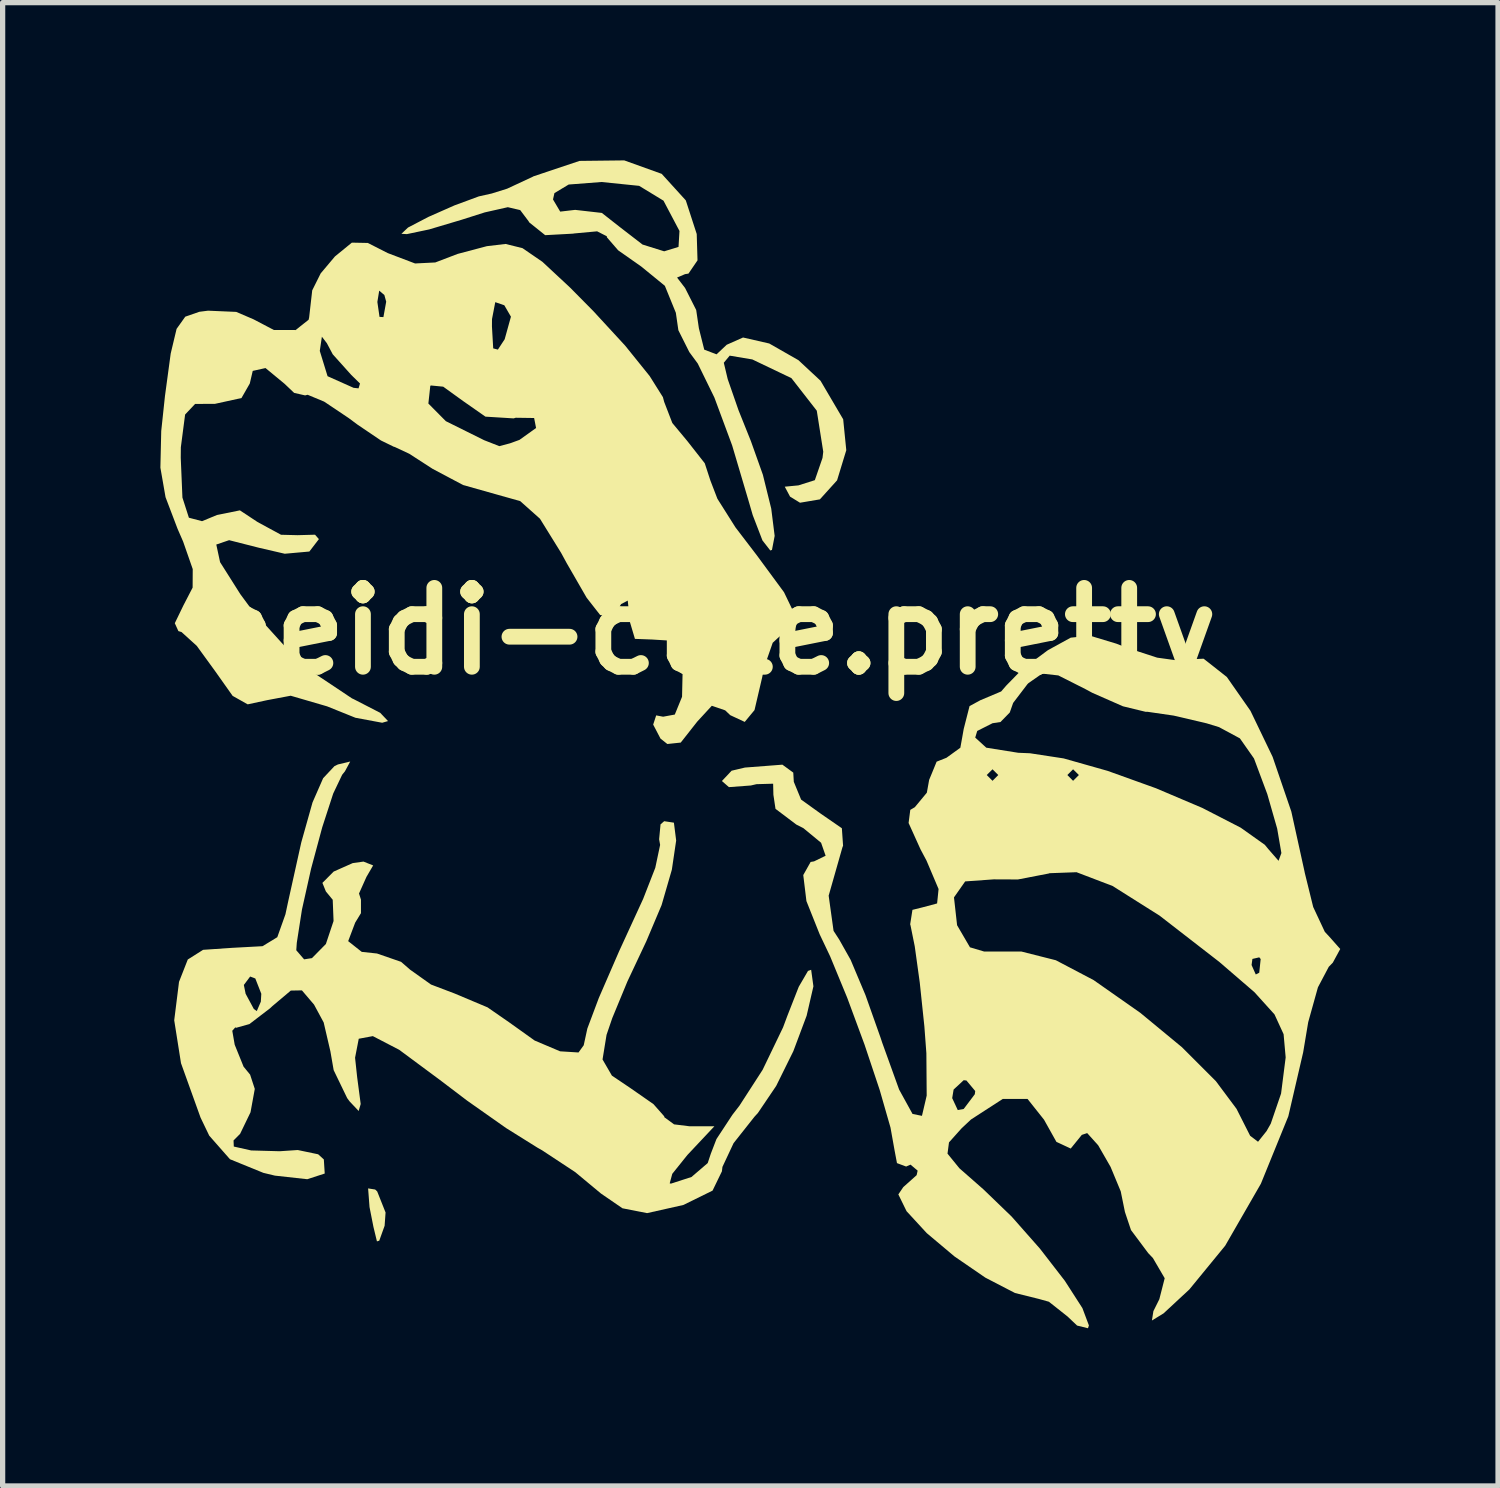
<source format=kicad_pcb>
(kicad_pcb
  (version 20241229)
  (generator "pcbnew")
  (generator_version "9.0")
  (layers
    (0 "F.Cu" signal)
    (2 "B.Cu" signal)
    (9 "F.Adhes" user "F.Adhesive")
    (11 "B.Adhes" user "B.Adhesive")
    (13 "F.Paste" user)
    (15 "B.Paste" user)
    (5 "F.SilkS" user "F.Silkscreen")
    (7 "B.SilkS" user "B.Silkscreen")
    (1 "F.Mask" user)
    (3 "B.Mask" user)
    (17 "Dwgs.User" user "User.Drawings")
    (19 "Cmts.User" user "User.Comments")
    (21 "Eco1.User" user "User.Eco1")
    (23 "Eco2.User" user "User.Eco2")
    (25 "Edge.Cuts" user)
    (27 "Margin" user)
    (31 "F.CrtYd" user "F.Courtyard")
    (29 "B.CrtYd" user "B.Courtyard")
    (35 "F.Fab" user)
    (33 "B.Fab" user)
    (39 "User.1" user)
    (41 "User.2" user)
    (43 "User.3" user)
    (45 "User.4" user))
  (footprint "heidi-cute.pretty"
    (layer "F.Cu")
    (at 10.459 8.951)
    (property "Reference" "heidi-cute.pretty" (at 0 0 0) (layer "F.SilkS") (effects (font (size 1.5 1.5) (thickness 0.3))))
    (attr board_only exclude_from_pos_files exclude_from_bom)
    (fp_poly (pts (xy -6.375 10.619) (xy -6.336 10.656) (xy -6.177 11.056) (xy -6.195 11.308) (xy -6.297 11.592) (xy -6.341 11.605) (xy -6.408 11.328) (xy -6.482 10.953) (xy -6.509 10.598)) (stroke (width 0) (type solid)) (fill yes) (layer "F.SilkS"))
    (fp_poly (pts (xy -0.926 -8.695) (xy -0.469 -8.192) (xy -0.465 -8.182) (xy -0.26 -7.551) (xy -0.245 -7.05) (xy -0.417 -6.798) (xy -0.482 -6.788) (xy -0.634 -6.723) (xy -0.482 -6.525) (xy -0.27 -6.106) (xy -0.219 -5.759) (xy -0.117 -5.352) (xy 0.117 -5.263) (xy 0.31 -5.445) (xy 0.621 -5.583) (xy 1.119 -5.469) (xy 1.674 -5.152) (xy 2.094 -4.761) (xy 2.525 -4.028) (xy 2.584 -3.44) (xy 2.409 -2.867) (xy 2.082 -2.505) (xy 1.704 -2.441) (xy 1.515 -2.557) (xy 1.414 -2.746) (xy 1.674 -2.771) (xy 1.986 -2.87) (xy 2.132 -3.293) (xy 2.146 -3.411) (xy 2.023 -4.191) (xy 1.541 -4.81) (xy 0.797 -5.166) (xy 0.367 -5.238) (xy 0.255 -5.103) (xy 0.329 -4.792) (xy 0.534 -4.202) (xy 0.77 -3.613) (xy 0.998 -2.973) (xy 1.157 -2.329) (xy 1.222 -1.81) (xy 1.171 -1.544) (xy 1.139 -1.533) (xy 0.99 -1.724) (xy 0.805 -2.205) (xy 0.73 -2.463) (xy 0.414 -3.53) (xy 0.076 -4.441) (xy -0.241 -5.089) (xy -0.401 -5.306) (xy -0.609 -5.721) (xy -0.657 -6.053) (xy -0.866 -6.566) (xy -1.314 -6.932) (xy -1.754 -7.241) (xy -1.967 -7.487) (xy -1.971 -7.509) (xy -2.154 -7.602) (xy -2.597 -7.561) (xy -2.609 -7.558) (xy -3.142 -7.529) (xy -3.445 -7.772) (xy -3.458 -7.795) (xy -3.617 -8.006) (xy -3.852 -8.061) (xy -4.291 -7.962) (xy -4.731 -7.822) (xy -5.349 -7.638) (xy -5.772 -7.549) (xy -5.876 -7.555) (xy -5.75 -7.674) (xy -5.363 -7.876) (xy -4.865 -8.096) (xy -4.561 -8.208) (xy -2.993 -8.208) (xy -2.856 -7.977) (xy -2.572 -8.01) (xy -2.064 -7.952) (xy -1.724 -7.685) (xy -1.291 -7.351) (xy -0.879 -7.222) (xy -0.606 -7.306) (xy -0.588 -7.609) (xy -0.892 -8.185) (xy -1.355 -8.467) (xy -2.07 -8.54) (xy -2.695 -8.492) (xy -2.966 -8.329) (xy -2.993 -8.208) (xy -4.561 -8.208) (xy -4.405 -8.266) (xy -4.159 -8.321) (xy -3.865 -8.413) (xy -3.384 -8.637) (xy -3.364 -8.648) (xy -2.49 -8.941) (xy -1.638 -8.951)) (stroke (width 0) (type solid)) (fill yes) (layer "F.SilkS"))
    (fp_poly (pts (xy -6.95 2.667) (xy -7.003 2.733) (xy -7.173 3.09) (xy -7.382 3.733) (xy -7.593 4.517) (xy -7.767 5.296) (xy -7.865 5.926) (xy -7.875 6.069) (xy -7.726 6.242) (xy -7.577 6.219) (xy -7.312 5.95) (xy -7.166 5.513) (xy -7.182 5.109) (xy -7.312 4.951) (xy -7.378 4.788) (xy -7.164 4.573) (xy -6.802 4.412) (xy -6.597 4.383) (xy -6.413 4.456) (xy -6.54 4.673) (xy -6.682 4.99) (xy -6.645 5.106) (xy -6.645 5.364) (xy -6.755 5.544) (xy -6.888 5.896) (xy -6.63 6.1) (xy -6.34 6.131) (xy -5.883 6.289) (xy -5.711 6.438) (xy -5.313 6.721) (xy -4.863 6.892) (xy -4.238 7.155) (xy -3.832 7.436) (xy -3.342 7.786) (xy -2.858 7.991) (xy -2.508 8.013) (xy -2.409 7.876) (xy -2.34 7.558) (xy -2.122 6.977) (xy -1.736 6.088) (xy -1.279 5.093) (xy -1.048 4.501) (xy -0.956 4.066) (xy -0.975 3.959) (xy -0.948 3.675) (xy -0.879 3.615) (xy -0.694 3.643) (xy -0.651 3.982) (xy -0.733 4.537) (xy -0.928 5.21) (xy -1.221 5.904) (xy -1.225 5.912) (xy -1.578 6.662) (xy -1.866 7.359) (xy -1.975 7.678) (xy -2.051 8.146) (xy -1.873 8.453) (xy -1.517 8.693) (xy -1.083 8.995) (xy -0.878 9.227) (xy -0.876 9.244) (xy -0.691 9.38) (xy -0.4 9.416) (xy 0.076 9.416) (xy -0.438 9.963) (xy -0.725 10.321) (xy -0.774 10.502) (xy -0.75 10.507) (xy -0.36 10.381) (xy -0.051 10.116) (xy 0.008 9.938) (xy 0.115 9.66) (xy 0.418 9.199) (xy 0.553 9.024) (xy 0.993 8.343) (xy 1.382 7.535) (xy 1.464 7.315) (xy 1.68 6.764) (xy 1.856 6.462) (xy 1.916 6.441) (xy 1.959 6.755) (xy 1.83 7.314) (xy 1.577 7.989) (xy 1.251 8.649) (xy 0.903 9.164) (xy 0.839 9.234) (xy 0.441 9.737) (xy 0.229 10.189) (xy 0.219 10.273) (xy 0.041 10.64) (xy -0.514 10.913) (xy -1.204 11.068) (xy -1.672 10.976) (xy -2.08 10.696) (xy -2.571 10.288) (xy -3.199 9.874) (xy -3.284 9.826) (xy -3.884 9.451) (xy -4.627 8.928) (xy -5.146 8.534) (xy -5.918 7.962) (xy -6.419 7.702) (xy -6.687 7.752) (xy -6.757 8.113) (xy -6.717 8.485) (xy -6.65 8.993) (xy -6.689 9.126) (xy -6.862 8.942) (xy -6.907 8.881) (xy -7.164 8.349) (xy -7.226 7.992) (xy -7.354 7.442) (xy -7.537 7.103) (xy -7.768 6.832) (xy -7.979 6.836) (xy -8.328 7.13) (xy -8.374 7.173) (xy -8.766 7.473) (xy -9.02 7.544) (xy -9.034 7.535) (xy -9.092 7.6) (xy -9.046 7.865) (xy -8.877 8.283) (xy -8.753 8.434) (xy -8.664 8.706) (xy -8.745 9.15) (xy -8.943 9.56) (xy -9.068 9.686) (xy -9.063 9.802) (xy -8.733 9.876) (xy -8.19 9.891) (xy -7.847 9.868) (xy -7.459 9.949) (xy -7.351 10.047) (xy -7.334 10.315) (xy -7.666 10.423) (xy -8.281 10.355) (xy -8.501 10.302) (xy -9.136 10.043) (xy -9.53 9.595) (xy -9.695 9.252) (xy -10.067 8.217) (xy -10.196 7.401) (xy -10.112 6.729) (xy -8.872 6.729) (xy -8.838 6.897) (xy -8.682 7.186) (xy -8.626 7.226) (xy -8.549 7.047) (xy -8.54 6.897) (xy -8.654 6.606) (xy -8.752 6.569) (xy -8.872 6.729) (xy -10.112 6.729) (xy -10.105 6.671) (xy -10.104 6.668) (xy -9.938 6.245) (xy -9.647 6.061) (xy -9.076 6.022) (xy -9.071 6.022) (xy -8.517 5.992) (xy -8.236 5.821) (xy -8.081 5.385) (xy -8.03 5.146) (xy -7.78 4.019) (xy -7.566 3.258) (xy -7.364 2.797) (xy -7.149 2.568) (xy -7.083 2.536) (xy -6.849 2.48)) (stroke (width 0) (type solid)) (fill yes) (layer "F.SilkS"))
    (fp_poly (pts (xy -6.514 -7.381) (xy -6.135 -7.188) (xy -5.616 -6.991) (xy -5.232 -7.01) (xy -4.805 -7.173) (xy -4.25 -7.32) (xy -3.895 -7.362) (xy -3.573 -7.282) (xy -3.194 -7.022) (xy -2.665 -6.529) (xy -2.227 -6.086) (xy -1.62 -5.427) (xy -1.155 -4.85) (xy -0.903 -4.449) (xy -0.879 -4.359) (xy -0.724 -3.957) (xy -0.438 -3.613) (xy -0.107 -3.191) (xy 0 -2.863) (xy 0.133 -2.517) (xy 0.477 -1.972) (xy 0.883 -1.441) (xy 1.4 -0.739) (xy 1.644 -0.232) (xy 1.603 0.04) (xy 1.359 0.061) (xy 1.185 0.222) (xy 1.024 0.683) (xy 0.984 0.882) (xy 0.839 1.502) (xy 0.653 1.727) (xy 0.378 1.599) (xy 0.281 1.507) (xy 0.027 1.42) (xy -0.252 1.723) (xy -0.254 1.726) (xy -0.564 2.12) (xy -0.819 2.147) (xy -0.949 2.044) (xy -1.088 1.778) (xy -1.031 1.603) (xy -0.899 1.628) (xy -0.677 1.587) (xy -0.539 1.249) (xy -0.528 0.751) (xy -0.565 0.555) (xy -0.772 0.181) (xy -1.112 0.16) (xy -1.435 0.148) (xy -1.535 -0.188) (xy -1.536 -0.248) (xy -1.572 -0.58) (xy -1.697 -0.514) (xy -1.743 -0.444) (xy -1.912 -0.261) (xy -2.097 -0.307) (xy -2.353 -0.634) (xy -2.733 -1.293) (xy -2.839 -1.488) (xy -3.241 -2.137) (xy -3.617 -2.472) (xy -4.044 -2.592) (xy -4.703 -2.778) (xy -5.282 -3.085) (xy -5.726 -3.372) (xy -6.006 -3.503) (xy -6.015 -3.503) (xy -6.265 -3.625) (xy -6.713 -3.928) (xy -6.877 -4.05) (xy -7.29 -4.327) (xy -5.363 -4.327) (xy -5.031 -3.992) (xy -4.302 -3.63) (xy -4.014 -3.517) (xy -3.81 -3.571) (xy -3.631 -3.636) (xy -3.315 -3.862) (xy -3.352 -4.052) (xy -3.702 -4.057) (xy -3.741 -4.045) (xy -4.278 -4.078) (xy -4.703 -4.375) (xy -5.081 -4.648) (xy -5.318 -4.671) (xy -5.327 -4.659) (xy -5.363 -4.327) (xy -7.29 -4.327) (xy -7.346 -4.364) (xy -7.659 -4.494) (xy -7.707 -4.482) (xy -7.916 -4.53) (xy -8.097 -4.702) (xy -8.46 -5.002) (xy -8.703 -4.948) (xy -8.759 -4.708) (xy -8.917 -4.432) (xy -9.423 -4.321) (xy -9.799 -4.32) (xy -9.989 -4.118) (xy -10.07 -3.496) (xy -10.072 -3.297) (xy -10.04 -2.539) (xy -9.917 -2.156) (xy -9.667 -2.09) (xy -9.382 -2.208) (xy -8.947 -2.296) (xy -8.611 -2.074) (xy -8.165 -1.832) (xy -7.85 -1.824) (xy -7.518 -1.833) (xy -7.445 -1.749) (xy -7.626 -1.513) (xy -8.094 -1.471) (xy -8.59 -1.586) (xy -9.152 -1.729) (xy -9.396 -1.646) (xy -9.324 -1.311) (xy -8.938 -0.701) (xy -8.712 -0.395) (xy -7.775 0.64) (xy -6.815 1.28) (xy -6.788 1.292) (xy -6.279 1.554) (xy -6.13 1.711) (xy -6.241 1.743) (xy -6.75 1.648) (xy -7.289 1.431) (xy -7.981 1.229) (xy -8.427 1.313) (xy -8.799 1.393) (xy -9.085 1.232) (xy -9.422 0.756) (xy -9.768 0.28) (xy -10.057 0.018) (xy -10.117 0) (xy -10.185 -0.15) (xy -10.023 -0.485) (xy -9.846 -0.827) (xy -9.844 -1.179) (xy -10.027 -1.703) (xy -10.132 -1.944) (xy -10.361 -2.546) (xy -10.459 -3.108) (xy -10.443 -3.804) (xy -10.372 -4.47) (xy -10.263 -5.277) (xy -10.251 -5.328) (xy -7.428 -5.328) (xy -7.28 -4.847) (xy -6.785 -4.626) (xy -6.691 -4.616) (xy -6.663 -4.708) (xy -6.83 -4.872) (xy -7.182 -5.264) (xy -7.293 -5.474) (xy -7.388 -5.598) (xy -7.428 -5.328) (xy -10.251 -5.328) (xy -10.151 -5.747) (xy -9.986 -5.979) (xy -9.718 -6.072) (xy -9.553 -6.093) (xy -9.017 -6.07) (xy -8.688 -5.929) (xy -8.301 -5.726) (xy -7.886 -5.725) (xy -7.803 -5.792) (xy -4.154 -5.792) (xy -4.13 -5.376) (xy -4.041 -5.353) (xy -3.912 -5.55) (xy -3.793 -5.979) (xy -3.919 -6.196) (xy -4.091 -6.255) (xy -4.153 -5.933) (xy -4.154 -5.792) (xy -7.803 -5.792) (xy -7.64 -5.921) (xy -7.63 -5.967) (xy -7.597 -6.259) (xy -6.333 -6.259) (xy -6.292 -5.975) (xy -6.218 -5.971) (xy -6.165 -6.264) (xy -6.2 -6.391) (xy -6.298 -6.474) (xy -6.333 -6.259) (xy -7.597 -6.259) (xy -7.579 -6.415) (xy -7.572 -6.479) (xy -7.411 -6.802) (xy -7.14 -7.124) (xy -6.818 -7.387)) (stroke (width 0) (type solid)) (fill yes) (layer "F.SilkS"))
    (fp_poly (pts (xy 7.72 0.239) (xy 7.915 0.316) (xy 8.496 0.505) (xy 8.909 0.562) (xy 8.986 0.542) (xy 9.379 0.525) (xy 9.82 0.872) (xy 10.27 1.516) (xy 10.691 2.391) (xy 11.047 3.432) (xy 11.298 4.572) (xy 11.303 4.598) (xy 11.463 5.247) (xy 11.684 5.719) (xy 11.775 5.817) (xy 11.977 6.045) (xy 11.836 6.305) (xy 11.759 6.384) (xy 11.553 6.774) (xy 11.368 7.437) (xy 11.272 8.011) (xy 10.99 9.226) (xy 10.468 10.509) (xy 9.789 11.688) (xy 9.109 12.518) (xy 8.618 12.974) (xy 8.396 13.11) (xy 8.424 12.932) (xy 8.537 12.705) (xy 8.639 12.306) (xy 8.414 11.921) (xy 8.326 11.829) (xy 7.998 11.39) (xy 7.883 11.047) (xy 7.803 10.654) (xy 7.61 10.189) (xy 7.374 9.778) (xy 7.165 9.546) (xy 7.063 9.58) (xy 6.852 9.84) (xy 6.58 9.713) (xy 6.344 9.291) (xy 6.031 8.897) (xy 5.559 8.897) (xy 4.955 9.288) (xy 4.777 9.455) (xy 4.537 9.723) (xy 4.509 9.937) (xy 4.735 10.215) (xy 5.193 10.617) (xy 5.728 11.133) (xy 6.267 11.744) (xy 6.74 12.355) (xy 7.074 12.874) (xy 7.198 13.204) (xy 7.18 13.257) (xy 6.973 13.206) (xy 6.792 13.034) (xy 6.437 12.753) (xy 6.247 12.7) (xy 5.792 12.587) (xy 5.229 12.295) (xy 4.642 11.892) (xy 4.114 11.448) (xy 3.73 11.031) (xy 3.574 10.712) (xy 3.668 10.573) (xy 3.922 10.346) (xy 3.941 10.26) (xy 3.806 10.146) (xy 3.722 10.182) (xy 3.548 10.117) (xy 3.503 9.879) (xy 3.425 9.442) (xy 3.22 8.728) (xy 2.931 7.863) (xy 2.602 6.973) (xy 2.277 6.185) (xy 2.078 5.766) (xy 1.826 5.134) (xy 1.766 4.639) (xy 1.906 4.39) (xy 1.971 4.379) (xy 2.191 4.272) (xy 2.105 4.025) (xy 1.768 3.747) (xy 1.634 3.679) (xy 1.238 3.38) (xy 1.198 3.112) (xy 1.193 2.902) (xy 0.876 2.911) (xy 0.769 2.936) (xy 0.352 2.967) (xy 0.219 2.851) (xy 0.403 2.655) (xy 0.657 2.595) (xy 1.162 2.556) (xy 1.369 2.54) (xy 1.576 2.691) (xy 1.586 2.866) (xy 1.725 3.204) (xy 2.1 3.473) (xy 2.5 3.749) (xy 2.523 4.082) (xy 2.511 4.111) (xy 2.249 5.031) (xy 2.342 5.7) (xy 2.449 5.865) (xy 2.667 6.252) (xy 2.949 6.922) (xy 3.238 7.738) (xy 3.267 7.826) (xy 3.589 8.719) (xy 3.844 9.182) (xy 4.023 9.218) (xy 4.102 8.881) (xy 4.598 8.881) (xy 4.704 9.108) (xy 4.817 9.087) (xy 5.028 8.807) (xy 5.036 8.746) (xy 4.869 8.546) (xy 4.817 8.54) (xy 4.625 8.718) (xy 4.598 8.881) (xy 4.102 8.881) (xy 4.113 8.832) (xy 4.107 8.027) (xy 4.069 7.517) (xy 3.981 6.681) (xy 3.886 5.995) (xy 3.805 5.594) (xy 3.799 5.576) (xy 3.842 5.301) (xy 4.027 5.255) (xy 4.311 5.179) (xy 4.323 5.064) (xy 4.632 5.064) (xy 4.691 5.593) (xy 4.936 6.013) (xy 5.204 6.093) (xy 5.916 6.094) (xy 6.569 6.259) (xy 7.288 6.637) (xy 8.175 7.259) (xy 8.967 7.913) (xy 9.612 8.558) (xy 10.005 9.085) (xy 10.025 9.125) (xy 10.264 9.597) (xy 10.414 9.711) (xy 10.576 9.508) (xy 10.656 9.367) (xy 10.852 8.794) (xy 10.939 8.11) (xy 10.939 8.102) (xy 10.9 7.665) (xy 10.727 7.289) (xy 10.346 6.867) (xy 9.746 6.35) (xy 10.291 6.35) (xy 10.371 6.53) (xy 10.437 6.496) (xy 10.464 6.236) (xy 10.437 6.204) (xy 10.307 6.234) (xy 10.291 6.35) (xy 9.746 6.35) (xy 9.683 6.296) (xy 9.68 6.293) (xy 8.542 5.411) (xy 7.648 4.847) (xy 6.962 4.585) (xy 6.449 4.604) (xy 6.433 4.61) (xy 5.848 4.723) (xy 5.388 4.721) (xy 4.845 4.76) (xy 4.632 5.064) (xy 4.323 5.064) (xy 4.339 4.905) (xy 4.11 4.365) (xy 3.996 4.151) (xy 3.769 3.649) (xy 3.801 3.4) (xy 3.887 3.349) (xy 4.116 3.073) (xy 4.16 2.828) (xy 4.198 2.737) (xy 5.255 2.737) (xy 5.365 2.847) (xy 5.474 2.737) (xy 6.788 2.737) (xy 6.897 2.847) (xy 7.007 2.737) (xy 6.897 2.628) (xy 6.788 2.737) (xy 5.474 2.737) (xy 5.365 2.628) (xy 5.255 2.737) (xy 4.198 2.737) (xy 4.302 2.483) (xy 4.489 2.409) (xy 4.753 2.218) (xy 4.788 2.025) (xy 5.036 2.025) (xy 5.246 2.217) (xy 5.854 2.314) (xy 6.076 2.323) (xy 6.717 2.421) (xy 7.554 2.658) (xy 8.472 2.988) (xy 9.355 3.363) (xy 10.084 3.738) (xy 10.543 4.064) (xy 10.613 4.149) (xy 10.804 4.368) (xy 10.858 4.221) (xy 10.778 3.756) (xy 10.59 3.1) (xy 10.337 2.422) (xy 10.069 2.04) (xy 9.672 1.826) (xy 9.437 1.754) (xy 8.81 1.607) (xy 8.315 1.535) (xy 8.273 1.534) (xy 7.845 1.43) (xy 7.263 1.174) (xy 7.131 1.103) (xy 6.616 0.843) (xy 6.308 0.809) (xy 6.05 0.988) (xy 6.029 1.009) (xy 5.757 1.366) (xy 5.693 1.548) (xy 5.516 1.729) (xy 5.365 1.752) (xy 5.074 1.899) (xy 5.036 2.025) (xy 4.788 2.025) (xy 4.817 1.861) (xy 4.928 1.426) (xy 5.135 1.314) (xy 5.529 1.148) (xy 5.627 1.035) (xy 5.927 0.728) (xy 6.407 0.371) (xy 6.422 0.361) (xy 6.852 0.125) (xy 7.217 0.087)) (stroke (width 0) (type solid)) (fill yes) (layer "F.SilkS")))
  (gr_rect
    (start -3 -3)
    (end 25.437 25.207)
    (stroke (width 0.1) (type default))
    (fill no)
    (layer "Edge.Cuts")))
</source>
